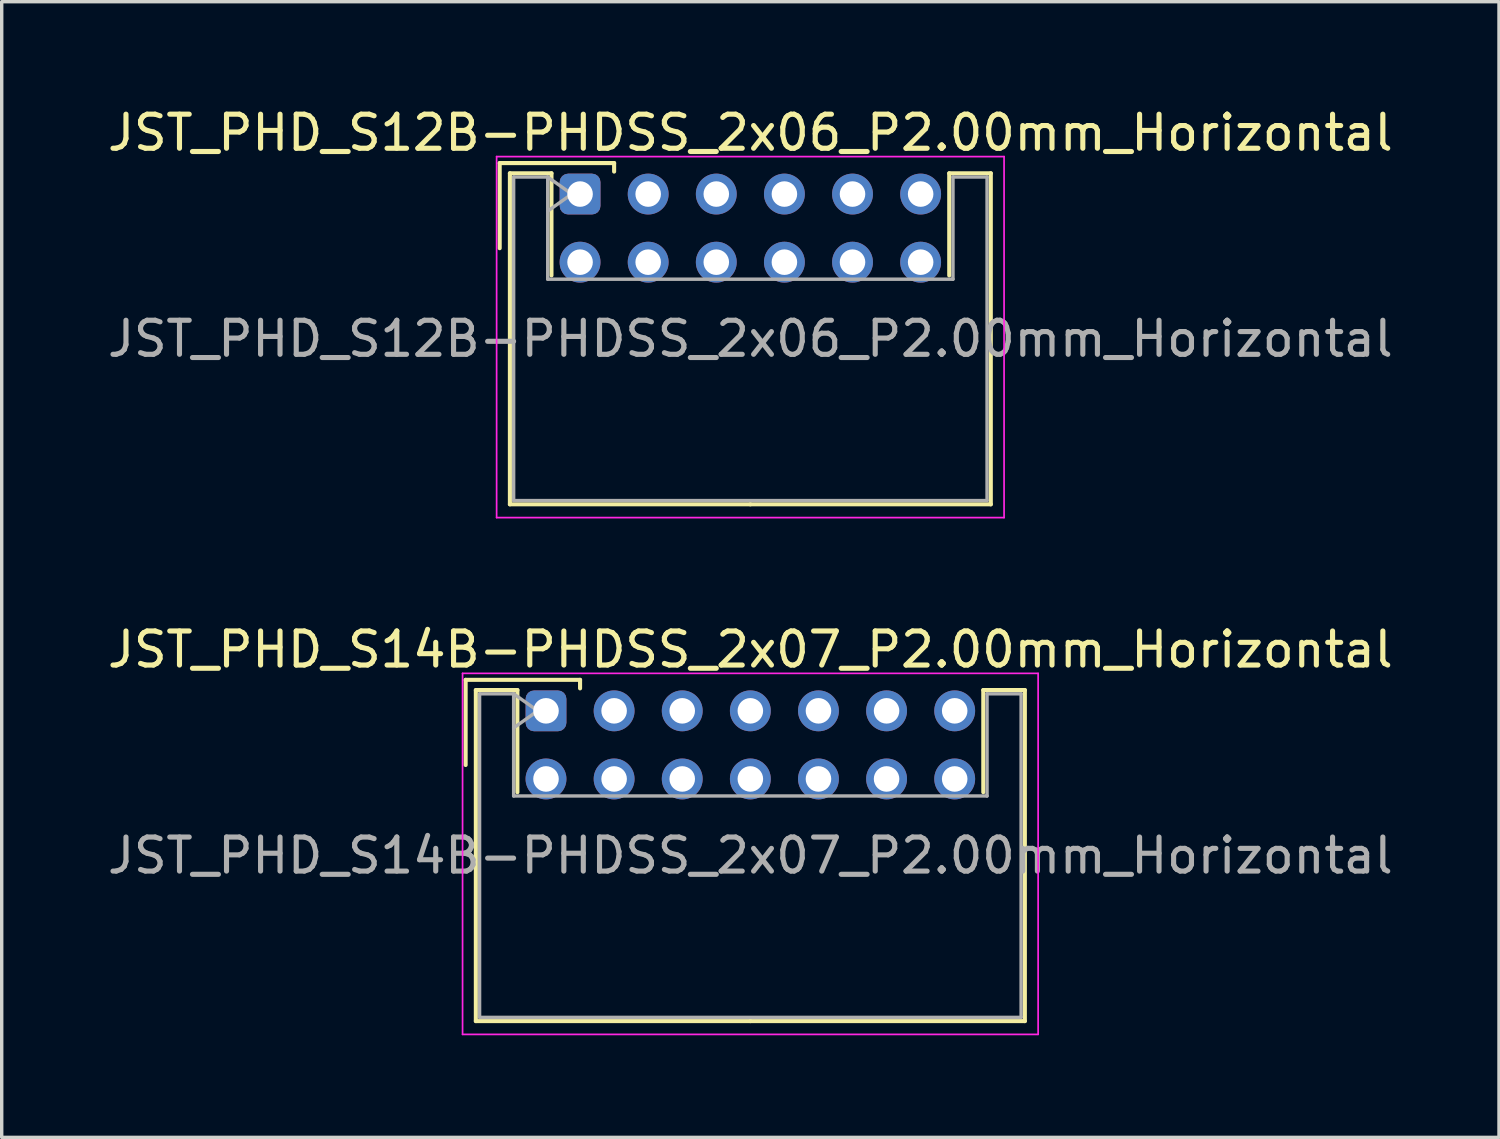
<source format=kicad_pcb>
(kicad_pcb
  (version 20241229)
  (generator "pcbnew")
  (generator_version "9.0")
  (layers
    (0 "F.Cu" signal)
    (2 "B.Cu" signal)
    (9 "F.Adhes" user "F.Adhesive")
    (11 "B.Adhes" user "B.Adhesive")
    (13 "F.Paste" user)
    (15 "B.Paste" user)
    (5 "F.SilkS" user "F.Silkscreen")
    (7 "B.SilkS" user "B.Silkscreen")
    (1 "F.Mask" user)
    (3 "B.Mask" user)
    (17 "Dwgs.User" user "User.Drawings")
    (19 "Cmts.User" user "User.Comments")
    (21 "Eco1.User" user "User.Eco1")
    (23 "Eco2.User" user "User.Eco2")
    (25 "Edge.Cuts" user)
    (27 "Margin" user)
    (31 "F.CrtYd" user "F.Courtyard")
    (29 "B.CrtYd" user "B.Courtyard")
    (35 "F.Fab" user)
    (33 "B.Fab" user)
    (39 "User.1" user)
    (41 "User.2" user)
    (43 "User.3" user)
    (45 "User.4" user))
  (footprint "JST_PHD_S14B-PHDSS_2x07_P2.00mm_Horizontal"
    (layer "F.Cu")
    (at 12.982 17.822)
    (property "Reference" "JST_PHD_S14B-PHDSS_2x07_P2.00mm_Horizontal" (at 6 -1.8 0) (layer "F.SilkS") (effects (font (size 1 1) (thickness 0.15))))
    (attr through_hole)
    (fp_line (start -2.36 -0.91) (end -2.36 1.59) (stroke (width 0.12) (type solid)) (layer "F.SilkS"))
    (fp_line (start -2.06 -0.61) (end -2.06 9.11) (stroke (width 0.12) (type solid)) (layer "F.SilkS"))
    (fp_line (start -2.06 9.11) (end 6 9.11) (stroke (width 0.12) (type solid)) (layer "F.SilkS"))
    (fp_line (start -0.84 -0.61) (end -2.06 -0.61) (stroke (width 0.12) (type solid)) (layer "F.SilkS"))
    (fp_line (start -0.84 2.39) (end -0.84 -0.61) (stroke (width 0.12) (type solid)) (layer "F.SilkS"))
    (fp_line (start 1 -0.91) (end -2.36 -0.91) (stroke (width 0.12) (type solid)) (layer "F.SilkS"))
    (fp_line (start 1 -0.66) (end 1 -0.91) (stroke (width 0.12) (type solid)) (layer "F.SilkS"))
    (fp_line (start 12.84 -0.61) (end 14.06 -0.61) (stroke (width 0.12) (type solid)) (layer "F.SilkS"))
    (fp_line (start 12.84 2.39) (end 12.84 -0.61) (stroke (width 0.12) (type solid)) (layer "F.SilkS"))
    (fp_line (start 14.06 -0.61) (end 14.06 9.11) (stroke (width 0.12) (type solid)) (layer "F.SilkS"))
    (fp_line (start 14.06 9.11) (end 6 9.11) (stroke (width 0.12) (type solid)) (layer "F.SilkS"))
    (fp_line (start -2.45 -1.1) (end -2.45 9.5) (stroke (width 0.05) (type solid)) (layer "F.CrtYd"))
    (fp_line (start -2.45 9.5) (end 14.45 9.5) (stroke (width 0.05) (type solid)) (layer "F.CrtYd"))
    (fp_line (start 14.45 -1.1) (end -2.45 -1.1) (stroke (width 0.05) (type solid)) (layer "F.CrtYd"))
    (fp_line (start 14.45 9.5) (end 14.45 -1.1) (stroke (width 0.05) (type solid)) (layer "F.CrtYd"))
    (fp_line (start -1.95 -0.5) (end -0.95 -0.5) (stroke (width 0.1) (type solid)) (layer "F.Fab"))
    (fp_line (start -1.95 9) (end -1.95 -0.5) (stroke (width 0.1) (type solid)) (layer "F.Fab"))
    (fp_line (start -0.95 -0.5) (end -0.95 2.5) (stroke (width 0.1) (type solid)) (layer "F.Fab"))
    (fp_line (start -0.95 -0.5) (end -0.243 0) (stroke (width 0.1) (type solid)) (layer "F.Fab"))
    (fp_line (start -0.95 2.5) (end 12.95 2.5) (stroke (width 0.1) (type solid)) (layer "F.Fab"))
    (fp_line (start -0.243 0) (end -0.95 0.5) (stroke (width 0.1) (type solid)) (layer "F.Fab"))
    (fp_line (start 12.95 -0.5) (end 13.95 -0.5) (stroke (width 0.1) (type solid)) (layer "F.Fab"))
    (fp_line (start 12.95 2.5) (end 12.95 -0.5) (stroke (width 0.1) (type solid)) (layer "F.Fab"))
    (fp_line (start 13.95 -0.5) (end 13.95 9) (stroke (width 0.1) (type solid)) (layer "F.Fab"))
    (fp_line (start 13.95 9) (end -1.95 9) (stroke (width 0.1) (type solid)) (layer "F.Fab"))
    (fp_text user "${REFERENCE}" (at 6 4.25 0) (layer "F.Fab") (effects (font (size 1 1) (thickness 0.15))))
    (pad "1" thru_hole roundrect (at 0 0) (size 1.2 1.2) (drill 0.75) (layers "*.Cu" "*.Mask") (roundrect_rratio 0.208))
    (pad "2" thru_hole circle (at 0 2) (size 1.2 1.2) (drill 0.75) (layers "*.Cu" "*.Mask"))
    (pad "3" thru_hole circle (at 2 0) (size 1.2 1.2) (drill 0.75) (layers "*.Cu" "*.Mask"))
    (pad "4" thru_hole circle (at 2 2) (size 1.2 1.2) (drill 0.75) (layers "*.Cu" "*.Mask"))
    (pad "5" thru_hole circle (at 4 0) (size 1.2 1.2) (drill 0.75) (layers "*.Cu" "*.Mask"))
    (pad "6" thru_hole circle (at 4 2) (size 1.2 1.2) (drill 0.75) (layers "*.Cu" "*.Mask"))
    (pad "7" thru_hole circle (at 6 0) (size 1.2 1.2) (drill 0.75) (layers "*.Cu" "*.Mask"))
    (pad "8" thru_hole circle (at 6 2) (size 1.2 1.2) (drill 0.75) (layers "*.Cu" "*.Mask"))
    (pad "9" thru_hole circle (at 8 0) (size 1.2 1.2) (drill 0.75) (layers "*.Cu" "*.Mask"))
    (pad "10" thru_hole circle (at 8 2) (size 1.2 1.2) (drill 0.75) (layers "*.Cu" "*.Mask"))
    (pad "11" thru_hole circle (at 10 0) (size 1.2 1.2) (drill 0.75) (layers "*.Cu" "*.Mask"))
    (pad "12" thru_hole circle (at 10 2) (size 1.2 1.2) (drill 0.75) (layers "*.Cu" "*.Mask"))
    (pad "13" thru_hole circle (at 12 0) (size 1.2 1.2) (drill 0.75) (layers "*.Cu" "*.Mask"))
    (pad "14" thru_hole circle (at 12 2) (size 1.2 1.2) (drill 0.75) (layers "*.Cu" "*.Mask")))
  (footprint "JST_PHD_S12B-PHDSS_2x06_P2.00mm_Horizontal"
    (layer "F.Cu")
    (at 13.982 2.648)
    (property "Reference" "JST_PHD_S12B-PHDSS_2x06_P2.00mm_Horizontal" (at 5 -1.8 0) (layer "F.SilkS") (effects (font (size 1 1) (thickness 0.15))))
    (attr through_hole)
    (fp_line (start -2.36 -0.91) (end -2.36 1.59) (stroke (width 0.12) (type solid)) (layer "F.SilkS"))
    (fp_line (start -2.06 -0.61) (end -2.06 9.11) (stroke (width 0.12) (type solid)) (layer "F.SilkS"))
    (fp_line (start -2.06 9.11) (end 5 9.11) (stroke (width 0.12) (type solid)) (layer "F.SilkS"))
    (fp_line (start -0.84 -0.61) (end -2.06 -0.61) (stroke (width 0.12) (type solid)) (layer "F.SilkS"))
    (fp_line (start -0.84 2.39) (end -0.84 -0.61) (stroke (width 0.12) (type solid)) (layer "F.SilkS"))
    (fp_line (start 1 -0.91) (end -2.36 -0.91) (stroke (width 0.12) (type solid)) (layer "F.SilkS"))
    (fp_line (start 1 -0.66) (end 1 -0.91) (stroke (width 0.12) (type solid)) (layer "F.SilkS"))
    (fp_line (start 10.84 -0.61) (end 12.06 -0.61) (stroke (width 0.12) (type solid)) (layer "F.SilkS"))
    (fp_line (start 10.84 2.39) (end 10.84 -0.61) (stroke (width 0.12) (type solid)) (layer "F.SilkS"))
    (fp_line (start 12.06 -0.61) (end 12.06 9.11) (stroke (width 0.12) (type solid)) (layer "F.SilkS"))
    (fp_line (start 12.06 9.11) (end 5 9.11) (stroke (width 0.12) (type solid)) (layer "F.SilkS"))
    (fp_line (start -2.45 -1.1) (end -2.45 9.5) (stroke (width 0.05) (type solid)) (layer "F.CrtYd"))
    (fp_line (start -2.45 9.5) (end 12.45 9.5) (stroke (width 0.05) (type solid)) (layer "F.CrtYd"))
    (fp_line (start 12.45 -1.1) (end -2.45 -1.1) (stroke (width 0.05) (type solid)) (layer "F.CrtYd"))
    (fp_line (start 12.45 9.5) (end 12.45 -1.1) (stroke (width 0.05) (type solid)) (layer "F.CrtYd"))
    (fp_line (start -1.95 -0.5) (end -0.95 -0.5) (stroke (width 0.1) (type solid)) (layer "F.Fab"))
    (fp_line (start -1.95 9) (end -1.95 -0.5) (stroke (width 0.1) (type solid)) (layer "F.Fab"))
    (fp_line (start -0.95 -0.5) (end -0.95 2.5) (stroke (width 0.1) (type solid)) (layer "F.Fab"))
    (fp_line (start -0.95 -0.5) (end -0.243 0) (stroke (width 0.1) (type solid)) (layer "F.Fab"))
    (fp_line (start -0.95 2.5) (end 10.95 2.5) (stroke (width 0.1) (type solid)) (layer "F.Fab"))
    (fp_line (start -0.243 0) (end -0.95 0.5) (stroke (width 0.1) (type solid)) (layer "F.Fab"))
    (fp_line (start 10.95 -0.5) (end 11.95 -0.5) (stroke (width 0.1) (type solid)) (layer "F.Fab"))
    (fp_line (start 10.95 2.5) (end 10.95 -0.5) (stroke (width 0.1) (type solid)) (layer "F.Fab"))
    (fp_line (start 11.95 -0.5) (end 11.95 9) (stroke (width 0.1) (type solid)) (layer "F.Fab"))
    (fp_line (start 11.95 9) (end -1.95 9) (stroke (width 0.1) (type solid)) (layer "F.Fab"))
    (fp_text user "${REFERENCE}" (at 5 4.25 0) (layer "F.Fab") (effects (font (size 1 1) (thickness 0.15))))
    (pad "1" thru_hole roundrect (at 0 0) (size 1.2 1.2) (drill 0.75) (layers "*.Cu" "*.Mask") (roundrect_rratio 0.208))
    (pad "2" thru_hole circle (at 0 2) (size 1.2 1.2) (drill 0.75) (layers "*.Cu" "*.Mask"))
    (pad "3" thru_hole circle (at 2 0) (size 1.2 1.2) (drill 0.75) (layers "*.Cu" "*.Mask"))
    (pad "4" thru_hole circle (at 2 2) (size 1.2 1.2) (drill 0.75) (layers "*.Cu" "*.Mask"))
    (pad "5" thru_hole circle (at 4 0) (size 1.2 1.2) (drill 0.75) (layers "*.Cu" "*.Mask"))
    (pad "6" thru_hole circle (at 4 2) (size 1.2 1.2) (drill 0.75) (layers "*.Cu" "*.Mask"))
    (pad "7" thru_hole circle (at 6 0) (size 1.2 1.2) (drill 0.75) (layers "*.Cu" "*.Mask"))
    (pad "8" thru_hole circle (at 6 2) (size 1.2 1.2) (drill 0.75) (layers "*.Cu" "*.Mask"))
    (pad "9" thru_hole circle (at 8 0) (size 1.2 1.2) (drill 0.75) (layers "*.Cu" "*.Mask"))
    (pad "10" thru_hole circle (at 8 2) (size 1.2 1.2) (drill 0.75) (layers "*.Cu" "*.Mask"))
    (pad "11" thru_hole circle (at 10 0) (size 1.2 1.2) (drill 0.75) (layers "*.Cu" "*.Mask"))
    (pad "12" thru_hole circle (at 10 2) (size 1.2 1.2) (drill 0.75) (layers "*.Cu" "*.Mask")))
  (gr_rect
    (start -3 -3)
    (end 40.964 30.346)
    (stroke (width 0.1) (type default))
    (fill no)
    (layer "Edge.Cuts")))
</source>
